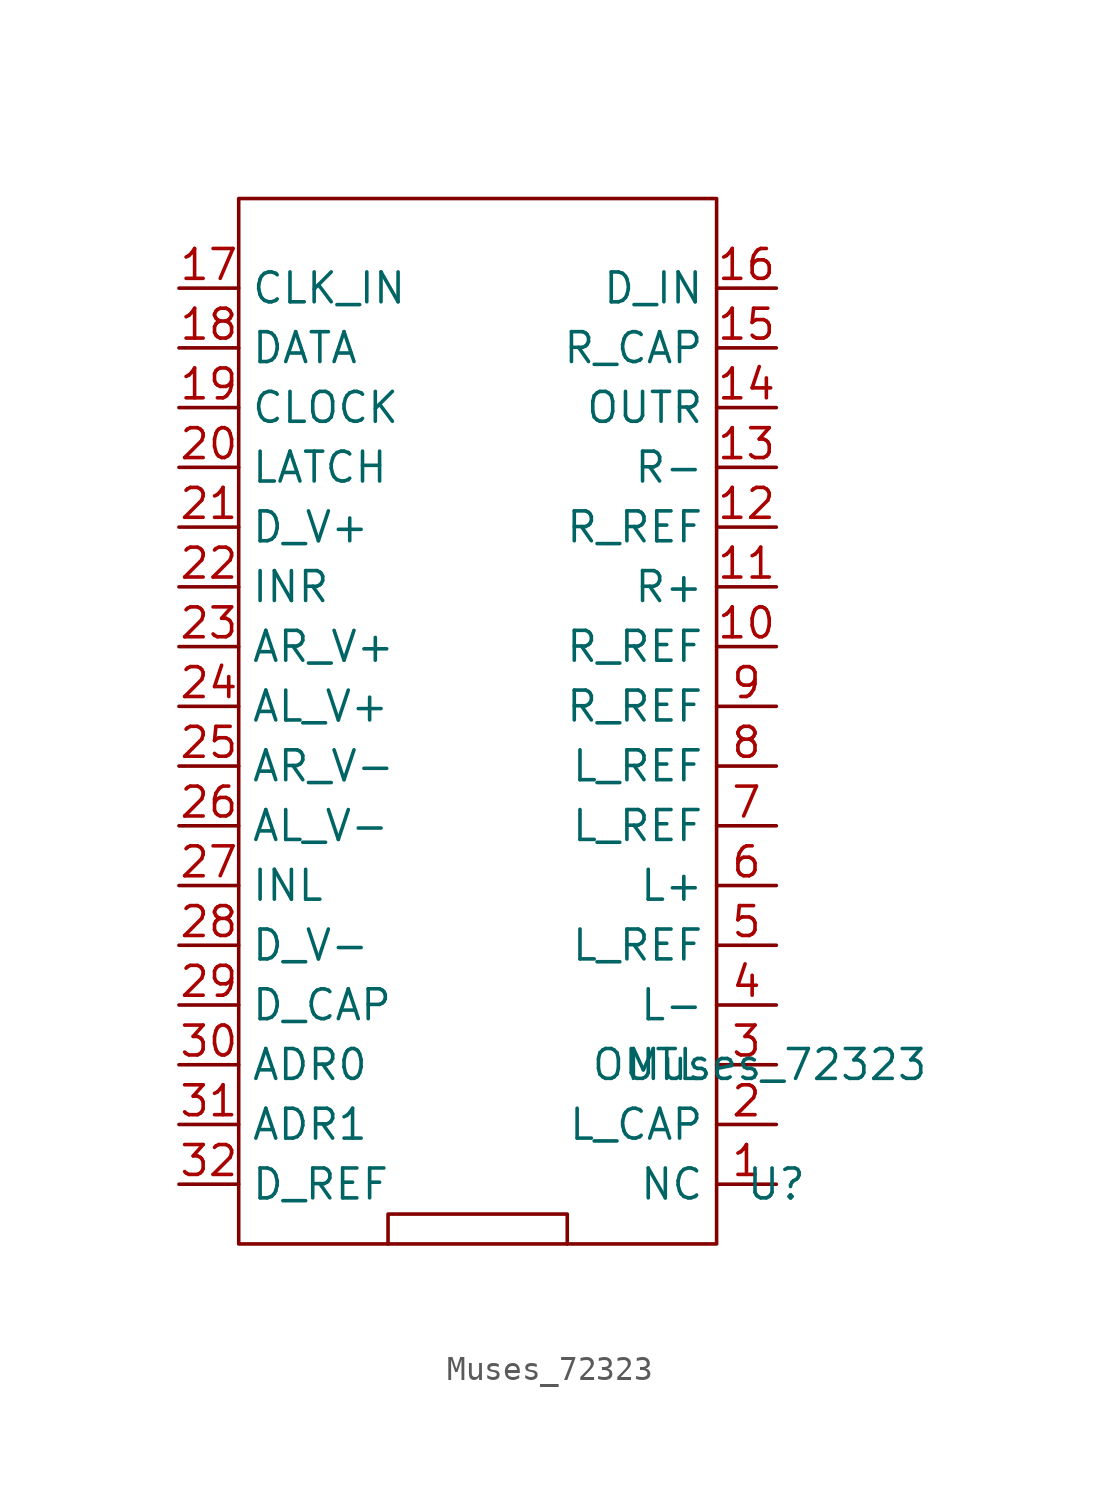
<source format=kicad_sym>
(kicad_symbol_lib
  (version 20211014)
  (generator kicad_symbol_editor)
  (symbol "Muses_72323"
    (property "Reference" "U"
      (at 0 0 0)
      (effects (font (size 1.27 1.27))))
    (property "Value" "Muses_72323"
      (at 0 5.08 0)
      (effects (font (size 1.27 1.27))))
    (symbol "Muses_72323_0_0"
      (pin unspecified line (at 0 0 180) (length 2.54) (name "NC" (effects (font (size 1.27 1.27)))) (number "1" (effects (font (size 1.27 1.27)))))
      (pin unspecified line (at 0 22.86 180) (length 2.54) (name "R_REF" (effects (font (size 1.27 1.27)))) (number "10" (effects (font (size 1.27 1.27)))))
      (pin unspecified line (at 0 25.4 180) (length 2.54) (name "R+" (effects (font (size 1.27 1.27)))) (number "11" (effects (font (size 1.27 1.27)))))
      (pin unspecified line (at 0 27.94 180) (length 2.54) (name "R_REF" (effects (font (size 1.27 1.27)))) (number "12" (effects (font (size 1.27 1.27)))))
      (pin unspecified line (at 0 30.48 180) (length 2.54) (name "R-" (effects (font (size 1.27 1.27)))) (number "13" (effects (font (size 1.27 1.27)))))
      (pin unspecified line (at 0 33.02 180) (length 2.54) (name "OUTR" (effects (font (size 1.27 1.27)))) (number "14" (effects (font (size 1.27 1.27)))))
      (pin unspecified line (at 0 35.56 180) (length 2.54) (name "R_CAP" (effects (font (size 1.27 1.27)))) (number "15" (effects (font (size 1.27 1.27)))))
      (pin unspecified line (at 0 38.1 180) (length 2.54) (name "D_IN" (effects (font (size 1.27 1.27)))) (number "16" (effects (font (size 1.27 1.27)))))
      (pin unspecified line (at -25.4 38.1 0) (length 2.54) (name "CLK_IN" (effects (font (size 1.27 1.27)))) (number "17" (effects (font (size 1.27 1.27)))))
      (pin unspecified line (at -25.4 35.56 0) (length 2.54) (name "DATA" (effects (font (size 1.27 1.27)))) (number "18" (effects (font (size 1.27 1.27)))))
      (pin unspecified line (at -25.4 33.02 0) (length 2.54) (name "CLOCK" (effects (font (size 1.27 1.27)))) (number "19" (effects (font (size 1.27 1.27)))))
      (pin unspecified line (at 0 2.54 180) (length 2.54) (name "L_CAP" (effects (font (size 1.27 1.27)))) (number "2" (effects (font (size 1.27 1.27)))))
      (pin unspecified line (at -25.4 30.48 0) (length 2.54) (name "LATCH" (effects (font (size 1.27 1.27)))) (number "20" (effects (font (size 1.27 1.27)))))
      (pin unspecified line (at -25.4 27.94 0) (length 2.54) (name "D_V+" (effects (font (size 1.27 1.27)))) (number "21" (effects (font (size 1.27 1.27)))))
      (pin unspecified line (at -25.4 25.4 0) (length 2.54) (name "INR" (effects (font (size 1.27 1.27)))) (number "22" (effects (font (size 1.27 1.27)))))
      (pin unspecified line (at -25.4 22.86 0) (length 2.54) (name "AR_V+" (effects (font (size 1.27 1.27)))) (number "23" (effects (font (size 1.27 1.27)))))
      (pin unspecified line (at -25.4 20.32 0) (length 2.54) (name "AL_V+" (effects (font (size 1.27 1.27)))) (number "24" (effects (font (size 1.27 1.27)))))
      (pin unspecified line (at -25.4 17.78 0) (length 2.54) (name "AR_V-" (effects (font (size 1.27 1.27)))) (number "25" (effects (font (size 1.27 1.27)))))
      (pin unspecified line (at -25.4 15.24 0) (length 2.54) (name "AL_V-" (effects (font (size 1.27 1.27)))) (number "26" (effects (font (size 1.27 1.27)))))
      (pin unspecified line (at -25.4 12.7 0) (length 2.54) (name "INL" (effects (font (size 1.27 1.27)))) (number "27" (effects (font (size 1.27 1.27)))))
      (pin unspecified line (at -25.4 10.16 0) (length 2.54) (name "D_V-" (effects (font (size 1.27 1.27)))) (number "28" (effects (font (size 1.27 1.27)))))
      (pin unspecified line (at -25.4 7.62 0) (length 2.54) (name "D_CAP" (effects (font (size 1.27 1.27)))) (number "29" (effects (font (size 1.27 1.27)))))
      (pin unspecified line (at 0 5.08 180) (length 2.54) (name "OUTL" (effects (font (size 1.27 1.27)))) (number "3" (effects (font (size 1.27 1.27)))))
      (pin unspecified line (at -25.4 5.08 0) (length 2.54) (name "ADR0" (effects (font (size 1.27 1.27)))) (number "30" (effects (font (size 1.27 1.27)))))
      (pin unspecified line (at -25.4 2.54 0) (length 2.54) (name "ADR1" (effects (font (size 1.27 1.27)))) (number "31" (effects (font (size 1.27 1.27)))))
      (pin unspecified line (at -25.4 0 0) (length 2.54) (name "D_REF" (effects (font (size 1.27 1.27)))) (number "32" (effects (font (size 1.27 1.27)))))
      (pin unspecified line (at 0 7.62 180) (length 2.54) (name "L-" (effects (font (size 1.27 1.27)))) (number "4" (effects (font (size 1.27 1.27)))))
      (pin unspecified line (at 0 10.16 180) (length 2.54) (name "L_REF" (effects (font (size 1.27 1.27)))) (number "5" (effects (font (size 1.27 1.27)))))
      (pin unspecified line (at 0 12.7 180) (length 2.54) (name "L+" (effects (font (size 1.27 1.27)))) (number "6" (effects (font (size 1.27 1.27)))))
      (pin unspecified line (at 0 15.24 180) (length 2.54) (name "L_REF" (effects (font (size 1.27 1.27)))) (number "7" (effects (font (size 1.27 1.27)))))
      (pin unspecified line (at 0 17.78 180) (length 2.54) (name "L_REF" (effects (font (size 1.27 1.27)))) (number "8" (effects (font (size 1.27 1.27)))))
      (pin unspecified line (at 0 20.32 180) (length 2.54) (name "R_REF" (effects (font (size 1.27 1.27)))) (number "9" (effects (font (size 1.27 1.27))))))
    (symbol "Muses_72323_0_1"
      (polyline (pts (xy -16.51 -2.54) (xy -16.51 -1.27) (xy -8.89 -1.27) (xy -8.89 -2.54)) (stroke (width 0) (type default) (color 0 0 0 0)) (fill (type none)))
      (polyline (pts (xy -22.86 39.37) (xy -22.86 -2.54) (xy -2.54 -2.54) (xy -2.54 41.91) (xy -22.86 41.91) (xy -22.86 39.37)) (stroke (width 0) (type default) (color 0 0 0 0)) (fill (type none))))))
</source>
